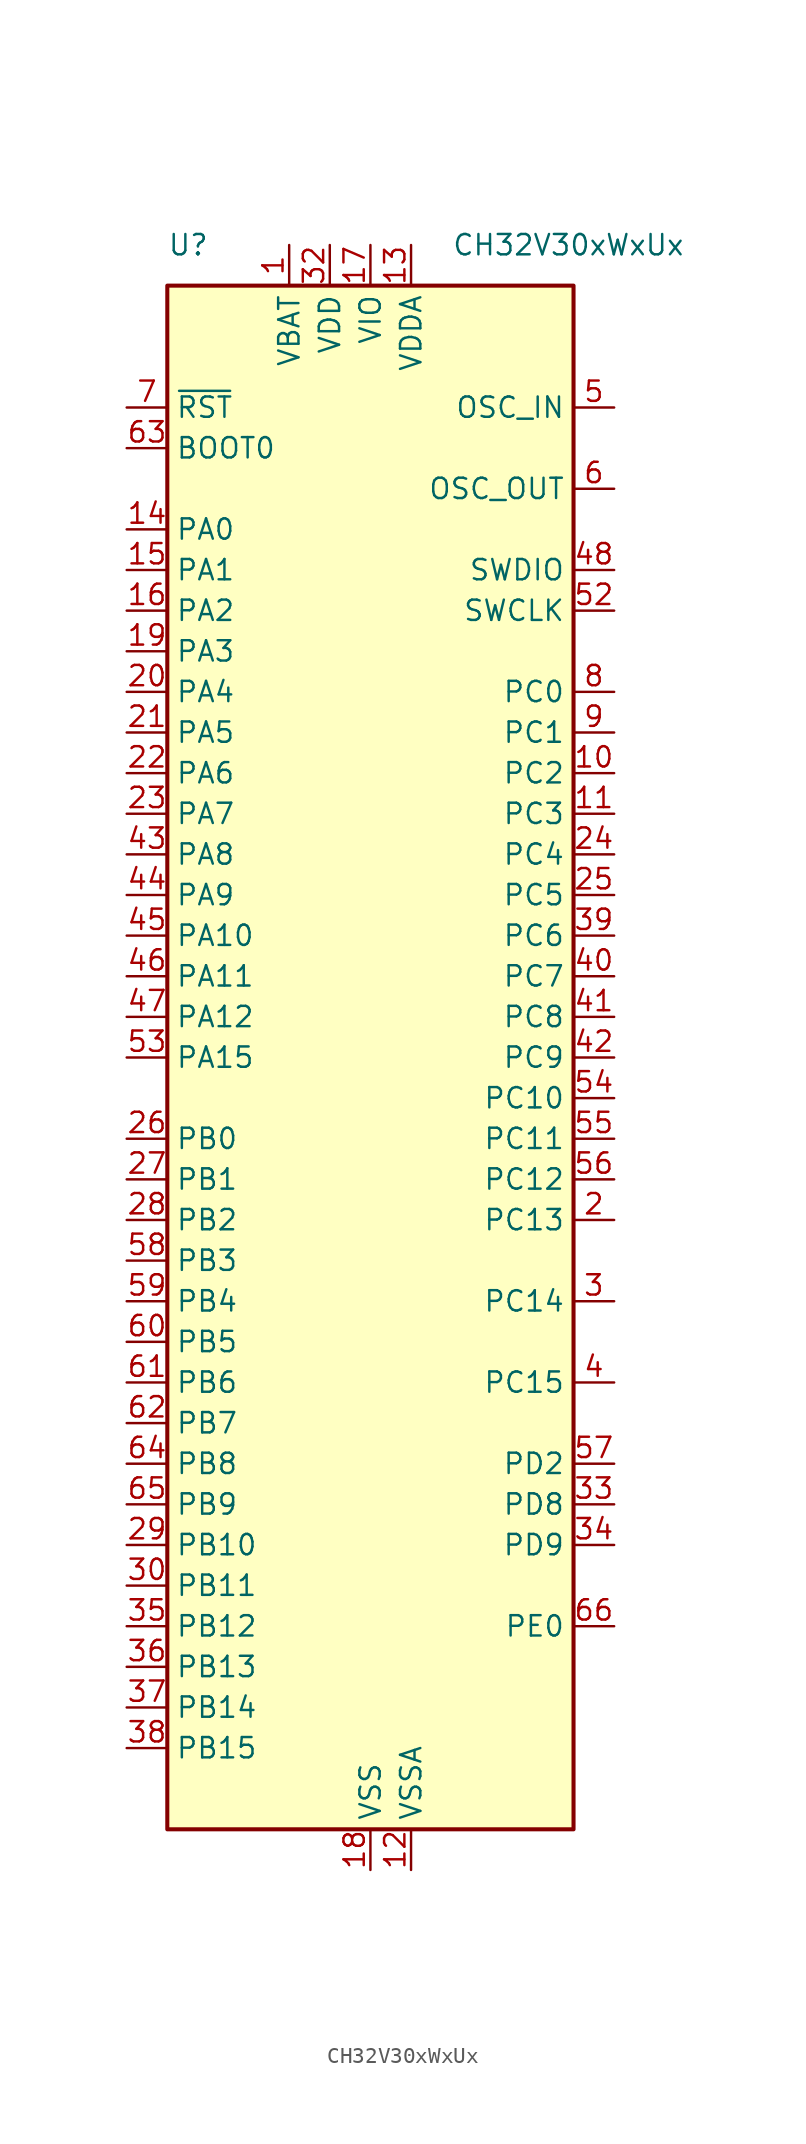
<source format=kicad_sym>
(kicad_symbol_lib
  (version 20241209)
  (generator "kicad_symbol_editor")
  (generator_version "9.0")
  (symbol "CH32V30xWxUx"
    (property "Reference" "U"
      (at -12.7 50.8 0)
      (effects (font (size 1.27 1.27)) (justify left)))
    (property "Value" "CH32V30xWxUx"
      (at 5.08 50.8 0)
      (effects (font (size 1.27 1.27)) (justify left)))
    (symbol "CH32V30xWxUx_0_0"
      (pin input line (at -15.24 38.1 0) (length 2.54) (name "BOOT0" (effects (font (size 1.27 1.27)))) (number "63" (effects (font (size 1.27 1.27)))))
      (pin power_in line (at -5.08 50.8 270) (length 2.54) (name "VBAT" (effects (font (size 1.27 1.27)))) (number "1" (effects (font (size 1.27 1.27)))))
      (pin power_in line (at -2.54 50.8 270) (length 2.54) (name "VDD" (effects (font (size 1.27 1.27)))) (number "32" (effects (font (size 1.27 1.27)))))
      (pin power_in line (at 0 50.8 270) (length 2.54) (name "VIO" (effects (font (size 1.27 1.27)))) (number "17" (effects (font (size 1.27 1.27)))))
      (pin power_in line (at 0 -50.8 90) (length 2.54) (name "VSS" (effects (font (size 1.27 1.27)))) (number "18" (effects (font (size 1.27 1.27)))))
      (pin power_in line (at 2.54 50.8 270) (length 2.54) (name "VDDA" (effects (font (size 1.27 1.27)))) (number "13" (effects (font (size 1.27 1.27)))))
      (pin power_in line (at 2.54 -50.8 90) (length 2.54) (name "VSSA" (effects (font (size 1.27 1.27)))) (number "12" (effects (font (size 1.27 1.27))))))
    (symbol "CH32V30xWxUx_1_0"
      (pin input line (at -15.24 40.64 0) (length 2.54) (name "~{RST}" (effects (font (size 1.27 1.27)))) (number "7" (effects (font (size 1.27 1.27)))))
      (pin bidirectional line (at -15.24 33.02 0) (length 2.54) (name "PA0" (effects (font (size 1.27 1.27)))) (number "14" (effects (font (size 1.27 1.27)))) (alternate "ADC_IN0" bidirectional line) (alternate "ETH_MII_CRS_WKUP" bidirectional line) (alternate "ETH_RGMII_RXD2" bidirectional line) (alternate "OPA4_OUT0" bidirectional line) (alternate "TIM2_CH1_ETR" bidirectional line) (alternate "TIM2_CH1_ETR_2" bidirectional line) (alternate "TIM5_CH1" bidirectional line) (alternate "TIM8_ETR" bidirectional line) (alternate "TIM8_ETR_1" bidirectional line) (alternate "USART2_CTS" bidirectional line) (alternate "WKUP" bidirectional line))
      (pin bidirectional line (at -15.24 30.48 0) (length 2.54) (name "PA1" (effects (font (size 1.27 1.27)))) (number "15" (effects (font (size 1.27 1.27)))) (alternate "ADC_IN1" bidirectional line) (alternate "ETH_MII_RX_CLK" bidirectional line) (alternate "ETH_RGMII_RXD3" bidirectional line) (alternate "ETH_RMII_REF_CLK" bidirectional line) (alternate "OPA3_OUT0" bidirectional line) (alternate "TIM2_CH2" bidirectional line) (alternate "TIM2_CH2_3" bidirectional line) (alternate "TIM5_CH2" bidirectional line) (alternate "TIM9_BKIN_1" bidirectional line) (alternate "USART2_RTS" bidirectional line))
      (pin bidirectional line (at -15.24 27.94 0) (length 2.54) (name "PA2" (effects (font (size 1.27 1.27)))) (number "16" (effects (font (size 1.27 1.27)))) (alternate "ADC_IN2" bidirectional line) (alternate "ETH_MII_MDIO" bidirectional line) (alternate "ETH_RGMII_GXTC" bidirectional line) (alternate "ETH_RMII_MDIO" bidirectional line) (alternate "OPA2_OUT0" bidirectional line) (alternate "TIM2_CH3" bidirectional line) (alternate "TIM2_CH3_1" bidirectional line) (alternate "TIM5_CH3" bidirectional line) (alternate "TIM9_CH1" bidirectional line) (alternate "TIM9_CH1_ETR_1" bidirectional line) (alternate "TIM9_ETR" bidirectional line) (alternate "USART2_TX" bidirectional line))
      (pin bidirectional line (at -15.24 25.4 0) (length 2.54) (name "PA3" (effects (font (size 1.27 1.27)))) (number "19" (effects (font (size 1.27 1.27)))) (alternate "ADC_IN3" bidirectional line) (alternate "ETH_MII_COL" bidirectional line) (alternate "ETH_RGMII_TXEN" bidirectional line) (alternate "OPA1_OUT0" bidirectional line) (alternate "TIM2_CH4" bidirectional line) (alternate "TIM2_CH4_1" bidirectional line) (alternate "TIM5_CH4" bidirectional line) (alternate "TIM9_CH2" bidirectional line) (alternate "TIM9_CH2_1" bidirectional line) (alternate "USART2_RX" bidirectional line))
      (pin bidirectional line (at -15.24 22.86 0) (length 2.54) (name "PA4" (effects (font (size 1.27 1.27)))) (number "20" (effects (font (size 1.27 1.27)))) (alternate "ADC_IN4" bidirectional line) (alternate "DAC_OUT1" bidirectional line) (alternate "I2S3_WS" bidirectional line) (alternate "SPI1_NSS" bidirectional line) (alternate "SPI3_NSS" bidirectional line) (alternate "TIM9_CH3" bidirectional line) (alternate "TIM9_CH3_1" bidirectional line) (alternate "USART2_CK" bidirectional line))
      (pin bidirectional line (at -15.24 20.32 0) (length 2.54) (name "PA5" (effects (font (size 1.27 1.27)))) (number "21" (effects (font (size 1.27 1.27)))) (alternate "ADC_IN5" bidirectional line) (alternate "DAC_OUT2" bidirectional line) (alternate "OPA2_CH1N" bidirectional line) (alternate "SPI1_SCK" bidirectional line) (alternate "TIM10_CH1N_1" bidirectional line) (alternate "USART1_CK_3" bidirectional line) (alternate "USART1_CTS_2" bidirectional line))
      (pin bidirectional line (at -15.24 17.78 0) (length 2.54) (name "PA6" (effects (font (size 1.27 1.27)))) (number "22" (effects (font (size 1.27 1.27)))) (alternate "ADC_IN6" bidirectional line) (alternate "OPA1_CH1N" bidirectional line) (alternate "SPI1_MISO" bidirectional line) (alternate "TIM10_CH2N_1" bidirectional line) (alternate "TIM1_BKIN_1" bidirectional line) (alternate "TIM3_CH1" bidirectional line) (alternate "TIM8_BKIN" bidirectional line) (alternate "USART1_TX_3" bidirectional line) (alternate "USART7_TX_1" bidirectional line))
      (pin bidirectional line (at -15.24 15.24 0) (length 2.54) (name "PA7" (effects (font (size 1.27 1.27)))) (number "23" (effects (font (size 1.27 1.27)))) (alternate "ADC_IN7" bidirectional line) (alternate "ETH_MII_RX_DV" bidirectional line) (alternate "ETH_RGMII_TXD0" bidirectional line) (alternate "ETH_RMII_CRS_DV" bidirectional line) (alternate "OPA2_CH1P" bidirectional line) (alternate "SPI1_MOSI" bidirectional line) (alternate "TIM10_CH3N_1" bidirectional line) (alternate "TIM1_CH1N_1" bidirectional line) (alternate "TIM3_CH2" bidirectional line) (alternate "TIM8_CH1N" bidirectional line) (alternate "USART1_RX_3" bidirectional line) (alternate "USART7_RX_1" bidirectional line))
      (pin bidirectional line (at -15.24 12.7 0) (length 2.54) (name "PA8" (effects (font (size 1.27 1.27)))) (number "43" (effects (font (size 1.27 1.27)))) (alternate "MCO" bidirectional line) (alternate "TIM1_CH1" bidirectional line) (alternate "TIM1_CH1_1" bidirectional line) (alternate "USART1_CK" bidirectional line) (alternate "USART1_CK_1" bidirectional line) (alternate "USART1_RX_2" bidirectional line))
      (pin bidirectional line (at -15.24 10.16 0) (length 2.54) (name "PA9" (effects (font (size 1.27 1.27)))) (number "44" (effects (font (size 1.27 1.27)))) (alternate "ETH_TXN" bidirectional line) (alternate "SDIO_D1" bidirectional line) (alternate "TIM3_CH4_3" bidirectional line) (alternate "TIM8_CH4" bidirectional line))
      (pin bidirectional line (at -15.24 7.62 0) (length 2.54) (name "PA10" (effects (font (size 1.27 1.27)))) (number "45" (effects (font (size 1.27 1.27)))) (alternate "OTG_FS_ID" bidirectional line) (alternate "TIM1_CH3" bidirectional line) (alternate "TIM1_CH3_1" bidirectional line) (alternate "USART1_CK_2" bidirectional line) (alternate "USART1_RX" bidirectional line))
      (pin bidirectional line (at -15.24 5.08 0) (length 2.54) (name "PA11" (effects (font (size 1.27 1.27)))) (number "46" (effects (font (size 1.27 1.27)))) (alternate "CAN1_RX" bidirectional line) (alternate "OTG_FS_DM" bidirectional line) (alternate "TIM1_CH4" bidirectional line) (alternate "TIM1_CH4_1" bidirectional line) (alternate "USART1_CTS" bidirectional line) (alternate "USART1_CTS_1" bidirectional line))
      (pin bidirectional line (at -15.24 2.54 0) (length 2.54) (name "PA12" (effects (font (size 1.27 1.27)))) (number "47" (effects (font (size 1.27 1.27)))) (alternate "CAN1_TX" bidirectional line) (alternate "OTG_FS_DP" bidirectional line) (alternate "TIM10_CH1N" bidirectional line) (alternate "TIM1_ETR" bidirectional line) (alternate "TIM1_ETR_1" bidirectional line) (alternate "USART1_RTS" bidirectional line) (alternate "USART1_RTS_1" bidirectional line))
      (pin bidirectional line (at -15.24 0 0) (length 2.54) (name "PA15" (effects (font (size 1.27 1.27)))) (number "53" (effects (font (size 1.27 1.27)))) (alternate "I2S3_WS" bidirectional line) (alternate "SPI1_NSS" bidirectional line) (alternate "SPI3_NSS" bidirectional line) (alternate "TIM2_CH1_ETR_1" bidirectional line) (alternate "TIM2_CH1_ETR_3" bidirectional line) (alternate "TIM8_CH3N_1" bidirectional line) (alternate "UART8_RX_1" bidirectional line))
      (pin bidirectional line (at -15.24 -5.08 0) (length 2.54) (name "PB0" (effects (font (size 1.27 1.27)))) (number "26" (effects (font (size 1.27 1.27)))) (alternate "ADC_IN8" bidirectional line) (alternate "ETH_MII_RXD2" bidirectional line) (alternate "ETH_RGMII_TXD3" bidirectional line) (alternate "OPA1_CH1P" bidirectional line) (alternate "TIM1_CH2N_1" bidirectional line) (alternate "TIM3_CH3" bidirectional line) (alternate "TIM3_CH3_2" bidirectional line) (alternate "TIM8_CH2N" bidirectional line) (alternate "TIM9_CH1N_1" bidirectional line) (alternate "UART4_TX_1" bidirectional line))
      (pin bidirectional line (at -15.24 -7.62 0) (length 2.54) (name "PB1" (effects (font (size 1.27 1.27)))) (number "27" (effects (font (size 1.27 1.27)))) (alternate "ADC_IN9" bidirectional line) (alternate "ETH_MII_RXD3" bidirectional line) (alternate "ETH_RGMII_125IN" bidirectional line) (alternate "OPA4_CH0N" bidirectional line) (alternate "TIM1_CH3N_1" bidirectional line) (alternate "TIM3_CH4" bidirectional line) (alternate "TIM3_CH4_2" bidirectional line) (alternate "TIM8_CH3N" bidirectional line) (alternate "TIM9_CH2N_1" bidirectional line) (alternate "UART4_RX_1" bidirectional line))
      (pin bidirectional line (at -15.24 -10.16 0) (length 2.54) (name "PB2" (effects (font (size 1.27 1.27)))) (number "28" (effects (font (size 1.27 1.27)))) (alternate "BOOT1" bidirectional line) (alternate "OPA3_CH0N" bidirectional line) (alternate "TIM9_CH3N_1" bidirectional line))
      (pin bidirectional line (at -15.24 -12.7 0) (length 2.54) (name "PB3" (effects (font (size 1.27 1.27)))) (number "58" (effects (font (size 1.27 1.27)))) (alternate "I2S3_CK" bidirectional line) (alternate "SPI1_SCK" bidirectional line) (alternate "SPI3_SCK" bidirectional line) (alternate "TIM10_CH1_1" bidirectional line) (alternate "TIM2_CH2_1" bidirectional line) (alternate "TIM2_CH2_3" bidirectional line))
      (pin bidirectional line (at -15.24 -15.24 0) (length 2.54) (name "PB4" (effects (font (size 1.27 1.27)))) (number "59" (effects (font (size 1.27 1.27)))) (alternate "SPI1_MISO" bidirectional line) (alternate "SPI3_MISO" bidirectional line) (alternate "TIM10_CH2_1" bidirectional line) (alternate "TIM3_CH1_2" bidirectional line) (alternate "UART5_TX_1" bidirectional line))
      (pin bidirectional line (at -15.24 -17.78 0) (length 2.54) (name "PB5" (effects (font (size 1.27 1.27)))) (number "60" (effects (font (size 1.27 1.27)))) (alternate "CAN2_RX" bidirectional line) (alternate "ETH_MII_PPS_OUT" bidirectional line) (alternate "ETH_RMII_PPS_OUT" bidirectional line) (alternate "I2C1_SMBA" bidirectional line) (alternate "I2S3_SD" bidirectional line) (alternate "SPI1_MOSI" bidirectional line) (alternate "SPI3_MOSI" bidirectional line) (alternate "TIM10_CH3_1" bidirectional line) (alternate "TIM3_CH2_2" bidirectional line) (alternate "UART5_RX_1" bidirectional line))
      (pin bidirectional line (at -15.24 -20.32 0) (length 2.54) (name "PB6" (effects (font (size 1.27 1.27)))) (number "61" (effects (font (size 1.27 1.27)))) (alternate "CAN2_TX" bidirectional line) (alternate "I2C1_SCL" bidirectional line) (alternate "TIM4_CH1" bidirectional line) (alternate "TIM8_CH1_1" bidirectional line) (alternate "USART1_TX_1" bidirectional line) (alternate "USBFS_DM" bidirectional line) (alternate "USBHS_DM" bidirectional line))
      (pin bidirectional line (at -15.24 -22.86 0) (length 2.54) (name "PB7" (effects (font (size 1.27 1.27)))) (number "62" (effects (font (size 1.27 1.27)))) (alternate "I2C1_SDA" bidirectional line) (alternate "TIM4_CH2" bidirectional line) (alternate "TIM8_CH2_1" bidirectional line) (alternate "USART1_RX_1" bidirectional line) (alternate "USBFS_DP" bidirectional line) (alternate "USBHS_DP" bidirectional line))
      (pin bidirectional line (at -15.24 -25.4 0) (length 2.54) (name "PB8" (effects (font (size 1.27 1.27)))) (number "64" (effects (font (size 1.27 1.27)))) (alternate "CAN1_RX" bidirectional line) (alternate "ETH_MII_TXD3" bidirectional line) (alternate "I2C1_SCL" bidirectional line) (alternate "SDIO_D4" bidirectional line) (alternate "TIM10_CH1" bidirectional line) (alternate "TIM4_CH3" bidirectional line) (alternate "TIM8_CH3_1" bidirectional line) (alternate "UART6_TX_1" bidirectional line))
      (pin bidirectional line (at -15.24 -27.94 0) (length 2.54) (name "PB9" (effects (font (size 1.27 1.27)))) (number "65" (effects (font (size 1.27 1.27)))) (alternate "CAN1_TX" bidirectional line) (alternate "I2C1_SDA" bidirectional line) (alternate "SDIO_D5" bidirectional line) (alternate "TIM10_CH2" bidirectional line) (alternate "TIM4_CH4" bidirectional line) (alternate "TIM8_BKIN_1" bidirectional line) (alternate "UART6_RX_1" bidirectional line))
      (pin bidirectional line (at -15.24 -30.48 0) (length 2.54) (name "PB10" (effects (font (size 1.27 1.27)))) (number "29" (effects (font (size 1.27 1.27)))) (alternate "ETH_MII_RX_ER" bidirectional line) (alternate "I2C2_SCL" bidirectional line) (alternate "OPA2_CH0N" bidirectional line) (alternate "TIM10_BKIN_1" bidirectional line) (alternate "TIM2_CH3_2" bidirectional line) (alternate "TIM2_CH3_3" bidirectional line) (alternate "USART3_TX" bidirectional line))
      (pin bidirectional line (at -15.24 -33.02 0) (length 2.54) (name "PB11" (effects (font (size 1.27 1.27)))) (number "30" (effects (font (size 1.27 1.27)))) (alternate "ETH_MII_TX_EN" bidirectional line) (alternate "ETH_RMII_TX_EN" bidirectional line) (alternate "I2C2_SDA" bidirectional line) (alternate "OPA1_CH0N" bidirectional line) (alternate "TIM10_ETR_1" bidirectional line) (alternate "TIM2_CH4_2" bidirectional line) (alternate "TIM2_CH4_3" bidirectional line) (alternate "USART3_RX" bidirectional line))
      (pin bidirectional line (at -15.24 -35.56 0) (length 2.54) (name "PB12" (effects (font (size 1.27 1.27)))) (number "35" (effects (font (size 1.27 1.27)))) (alternate "CAN2_RX" bidirectional line) (alternate "ETH_MII_TXD0" bidirectional line) (alternate "ETH_RMII_TXD0" bidirectional line) (alternate "I2C2_SMBA" bidirectional line) (alternate "I2S2_WS" bidirectional line) (alternate "OPA4_CH0P" bidirectional line) (alternate "SPI2_NSS" bidirectional line) (alternate "TIM1_BKIN" bidirectional line) (alternate "USART3_CK" bidirectional line))
      (pin bidirectional line (at -15.24 -38.1 0) (length 2.54) (name "PB13" (effects (font (size 1.27 1.27)))) (number "36" (effects (font (size 1.27 1.27)))) (alternate "CAN2_TX" bidirectional line) (alternate "ETH_MII_TXD1" bidirectional line) (alternate "ETH_RMII_TXD1" bidirectional line) (alternate "I2S2_CK" bidirectional line) (alternate "OPA3_CH0P" bidirectional line) (alternate "SPI2_SCK" bidirectional line) (alternate "TIM1_CH1N" bidirectional line) (alternate "USART3_CTS" bidirectional line) (alternate "USART3_CTS_1" bidirectional line))
      (pin bidirectional line (at -15.24 -40.64 0) (length 2.54) (name "PB14" (effects (font (size 1.27 1.27)))) (number "37" (effects (font (size 1.27 1.27)))) (alternate "OPA2_CH0P" bidirectional line) (alternate "SDIO_D0" bidirectional line) (alternate "SPI2_MISO" bidirectional line) (alternate "TIM1_CH2N" bidirectional line) (alternate "USART3_RTS" bidirectional line) (alternate "USART3_RTS_1" bidirectional line))
      (pin bidirectional line (at -15.24 -43.18 0) (length 2.54) (name "PB15" (effects (font (size 1.27 1.27)))) (number "38" (effects (font (size 1.27 1.27)))) (alternate "I2S2_SD" bidirectional line) (alternate "OPA1_CH0P" bidirectional line) (alternate "SDIO_D1" bidirectional line) (alternate "SPI2_MOSI" bidirectional line) (alternate "TIM1_CH3N" bidirectional line) (alternate "USART1_TX_2" bidirectional line))
      (pin passive line (at -2.54 50.8 270) (length 2.54) (hide yes) (name "VDD" (effects (font (size 1.27 1.27)))) (number "50" (effects (font (size 1.27 1.27)))))
      (pin passive line (at -2.54 50.8 270) (length 2.54) (hide yes) (name "VDD" (effects (font (size 1.27 1.27)))) (number "68" (effects (font (size 1.27 1.27)))))
      (pin passive line (at 0 50.8 270) (length 2.54) (hide yes) (name "VIO" (effects (font (size 1.27 1.27)))) (number "31" (effects (font (size 1.27 1.27)))))
      (pin passive line (at 0 50.8 270) (length 2.54) (hide yes) (name "VIO" (effects (font (size 1.27 1.27)))) (number "51" (effects (font (size 1.27 1.27)))))
      (pin passive line (at 0 50.8 270) (length 2.54) (hide yes) (name "VIO" (effects (font (size 1.27 1.27)))) (number "67" (effects (font (size 1.27 1.27)))))
      (pin passive line (at 0 -50.8 90) (length 2.54) (hide yes) (name "VSS" (effects (font (size 1.27 1.27)))) (number "49" (effects (font (size 1.27 1.27)))))
      (pin passive line (at 0 -50.8 90) (length 2.54) (hide yes) (name "VSS" (effects (font (size 1.27 1.27)))) (number "69" (effects (font (size 1.27 1.27)))))
      (pin bidirectional line (at 15.24 40.64 180) (length 2.54) (name "OSC_IN" (effects (font (size 1.27 1.27)))) (number "5" (effects (font (size 1.27 1.27)))) (alternate "PD0" bidirectional line))
      (pin bidirectional line (at 15.24 35.56 180) (length 2.54) (name "OSC_OUT" (effects (font (size 1.27 1.27)))) (number "6" (effects (font (size 1.27 1.27)))) (alternate "PD1" bidirectional line))
      (pin bidirectional line (at 15.24 30.48 180) (length 2.54) (name "SWDIO" (effects (font (size 1.27 1.27)))) (number "48" (effects (font (size 1.27 1.27)))) (alternate "PA13" bidirectional line) (alternate "TIM10_CH2N" bidirectional line) (alternate "TIM8_CH1N_1" bidirectional line) (alternate "USART3_TX_2" bidirectional line))
      (pin bidirectional line (at 15.24 27.94 180) (length 2.54) (name "SWCLK" (effects (font (size 1.27 1.27)))) (number "52" (effects (font (size 1.27 1.27)))) (alternate "PA14" bidirectional line) (alternate "TIM10_CH3N" bidirectional line) (alternate "TIM8_CH2N_1" bidirectional line) (alternate "UART8_TX_1" bidirectional line) (alternate "USART3_RX_2" bidirectional line))
      (pin bidirectional line (at 15.24 22.86 180) (length 2.54) (name "PC0" (effects (font (size 1.27 1.27)))) (number "8" (effects (font (size 1.27 1.27)))) (alternate "ADC_IN10" bidirectional line) (alternate "ETH_RGMII_RXC" bidirectional line) (alternate "TIM9_CH1N" bidirectional line) (alternate "UART6_TX" bidirectional line))
      (pin bidirectional line (at 15.24 20.32 180) (length 2.54) (name "PC1" (effects (font (size 1.27 1.27)))) (number "9" (effects (font (size 1.27 1.27)))) (alternate "ADC_IN11" bidirectional line) (alternate "ETH_MII_MDC" bidirectional line) (alternate "ETH_RGMII_RXCTL" bidirectional line) (alternate "ETH_RMII_MDC" bidirectional line) (alternate "TIM9_CH2N" bidirectional line) (alternate "UART6_RX" bidirectional line))
      (pin bidirectional line (at 15.24 17.78 180) (length 2.54) (name "PC2" (effects (font (size 1.27 1.27)))) (number "10" (effects (font (size 1.27 1.27)))) (alternate "ADC_IN12" bidirectional line) (alternate "ETH_MII_TXD2" bidirectional line) (alternate "ETH_RGMII_RXD0" bidirectional line) (alternate "OPA3_CH1N" bidirectional line) (alternate "TIM9_CH3N" bidirectional line) (alternate "UART7_TX" bidirectional line))
      (pin bidirectional line (at 15.24 15.24 180) (length 2.54) (name "PC3" (effects (font (size 1.27 1.27)))) (number "11" (effects (font (size 1.27 1.27)))) (alternate "ADC_IN13" bidirectional line) (alternate "ETH_MII_TX_CLK" bidirectional line) (alternate "ETH_RGMII_RXD1" bidirectional line) (alternate "OPA4_CH1N" bidirectional line) (alternate "TIM10_CH3" bidirectional line) (alternate "UART7_RX" bidirectional line))
      (pin bidirectional line (at 15.24 12.7 180) (length 2.54) (name "PC4" (effects (font (size 1.27 1.27)))) (number "24" (effects (font (size 1.27 1.27)))) (alternate "ADC_IN14" bidirectional line) (alternate "ETH_MII_RXD0" bidirectional line) (alternate "ETH_RGMII_TXD1" bidirectional line) (alternate "ETH_RMII_RXD0" bidirectional line) (alternate "OPA4_CH1P" bidirectional line) (alternate "TIM9_CH4" bidirectional line) (alternate "UART8_TX" bidirectional line) (alternate "USART1_CTS_3" bidirectional line))
      (pin bidirectional line (at 15.24 10.16 180) (length 2.54) (name "PC5" (effects (font (size 1.27 1.27)))) (number "25" (effects (font (size 1.27 1.27)))) (alternate "ADC_IN15" bidirectional line) (alternate "ETH_MII_RXD1" bidirectional line) (alternate "ETH_RGMII_TXD2" bidirectional line) (alternate "ETH_RMII_RDX1" bidirectional line) (alternate "OPA3_CH1P" bidirectional line) (alternate "TIM9_BKIN" bidirectional line) (alternate "UART8_RX" bidirectional line) (alternate "USART1_RTS_3" bidirectional line))
      (pin bidirectional line (at 15.24 7.62 180) (length 2.54) (name "PC6" (effects (font (size 1.27 1.27)))) (number "39" (effects (font (size 1.27 1.27)))) (alternate "ETH_RXP" bidirectional line) (alternate "I2S2_MCK" bidirectional line) (alternate "SDIO_D6" bidirectional line) (alternate "TIM3_CH1_3" bidirectional line) (alternate "TIM8_CH1" bidirectional line))
      (pin bidirectional line (at 15.24 5.08 180) (length 2.54) (name "PC7" (effects (font (size 1.27 1.27)))) (number "40" (effects (font (size 1.27 1.27)))) (alternate "ETH_RXN" bidirectional line) (alternate "I2S3_MCK" bidirectional line) (alternate "SDIO_D7" bidirectional line) (alternate "TIM3_CH2_3" bidirectional line) (alternate "TIM8_CH2" bidirectional line))
      (pin bidirectional line (at 15.24 2.54 180) (length 2.54) (name "PC8" (effects (font (size 1.27 1.27)))) (number "41" (effects (font (size 1.27 1.27)))) (alternate "ETH_TXP" bidirectional line) (alternate "SDIO_D0" bidirectional line) (alternate "TIM3_CH3_3" bidirectional line) (alternate "TIM8_CH3" bidirectional line))
      (pin bidirectional line (at 15.24 0 180) (length 2.54) (name "PC9" (effects (font (size 1.27 1.27)))) (number "42" (effects (font (size 1.27 1.27)))) (alternate "ETH_TXN" bidirectional line) (alternate "SDIO_D1" bidirectional line) (alternate "TIM3_CH4_3" bidirectional line) (alternate "TIM8_CH4" bidirectional line))
      (pin bidirectional line (at 15.24 -2.54 180) (length 2.54) (name "PC10" (effects (font (size 1.27 1.27)))) (number "54" (effects (font (size 1.27 1.27)))) (alternate "I2S3_CK" bidirectional line) (alternate "SDIO_D2" bidirectional line) (alternate "SPI3_SCK" bidirectional line) (alternate "TIM10_ETR" bidirectional line) (alternate "UART4_TX" bidirectional line) (alternate "USART3_TX_1" bidirectional line))
      (pin bidirectional line (at 15.24 -5.08 180) (length 2.54) (name "PC11" (effects (font (size 1.27 1.27)))) (number "55" (effects (font (size 1.27 1.27)))) (alternate "SDIO_D3" bidirectional line) (alternate "SPI3_MISO" bidirectional line) (alternate "TIM10_CH4" bidirectional line) (alternate "UART4_RX" bidirectional line) (alternate "USART3_RX_1" bidirectional line))
      (pin bidirectional line (at 15.24 -7.62 180) (length 2.54) (name "PC12" (effects (font (size 1.27 1.27)))) (number "56" (effects (font (size 1.27 1.27)))) (alternate "I2S3_SD" bidirectional line) (alternate "SDIO_CK" bidirectional line) (alternate "SPI3_MOSI" bidirectional line) (alternate "TIM10_BKIN" bidirectional line) (alternate "UART5_TX" bidirectional line) (alternate "USART3_CK_1" bidirectional line))
      (pin bidirectional line (at 15.24 -10.16 180) (length 2.54) (name "PC13" (effects (font (size 1.27 1.27)))) (number "2" (effects (font (size 1.27 1.27)))) (alternate "TAMPER-RTC" bidirectional line) (alternate "TIM8_CH4_1" bidirectional line))
      (pin bidirectional line (at 15.24 -15.24 180) (length 2.54) (name "PC14" (effects (font (size 1.27 1.27)))) (number "3" (effects (font (size 1.27 1.27)))) (alternate "OSC32_IN" bidirectional line) (alternate "TIM9_CH4_1" bidirectional line))
      (pin bidirectional line (at 15.24 -20.32 180) (length 2.54) (name "PC15" (effects (font (size 1.27 1.27)))) (number "4" (effects (font (size 1.27 1.27)))) (alternate "OSC32_OUT" bidirectional line) (alternate "TIM10_CH4_1" bidirectional line))
      (pin bidirectional line (at 15.24 -25.4 180) (length 2.54) (name "PD2" (effects (font (size 1.27 1.27)))) (number "57" (effects (font (size 1.27 1.27)))) (alternate "SDIO_CMD" bidirectional line) (alternate "TIM3_ETR" bidirectional line) (alternate "TIM3_ETR_2" bidirectional line) (alternate "TIM3_ETR_3" bidirectional line) (alternate "UART5_RX" bidirectional line))
      (pin bidirectional line (at 15.24 -27.94 180) (length 2.54) (name "PD8" (effects (font (size 1.27 1.27)))) (number "33" (effects (font (size 1.27 1.27)))) (alternate "ETH_MII_RX_DV" bidirectional line) (alternate "ETH_RMII_CRS_DV" bidirectional line) (alternate "TIM9_CH1N_2" bidirectional line) (alternate "USART3_TX_3" bidirectional line))
      (pin bidirectional line (at 15.24 -30.48 180) (length 2.54) (name "PD9" (effects (font (size 1.27 1.27)))) (number "34" (effects (font (size 1.27 1.27)))) (alternate "ETH_MII_RXD0" bidirectional line) (alternate "ETH_RMII_RXD0" bidirectional line) (alternate "TIM9_CH1_ETR_2" bidirectional line) (alternate "USART3_RX_3" bidirectional line))
      (pin bidirectional line (at 15.24 -35.56 180) (length 2.54) (name "PE0" (effects (font (size 1.27 1.27)))) (number "66" (effects (font (size 1.27 1.27)))) (alternate "TIM4_ETR" bidirectional line) (alternate "TIM4_ETR_1" bidirectional line)))
    (symbol "CH32V30xWxUx_1_1"
      (rectangle (start -12.7 48.26) (end 12.7 -48.26) (stroke (width 0.254) (type default)) (fill (type background))))))
</source>
